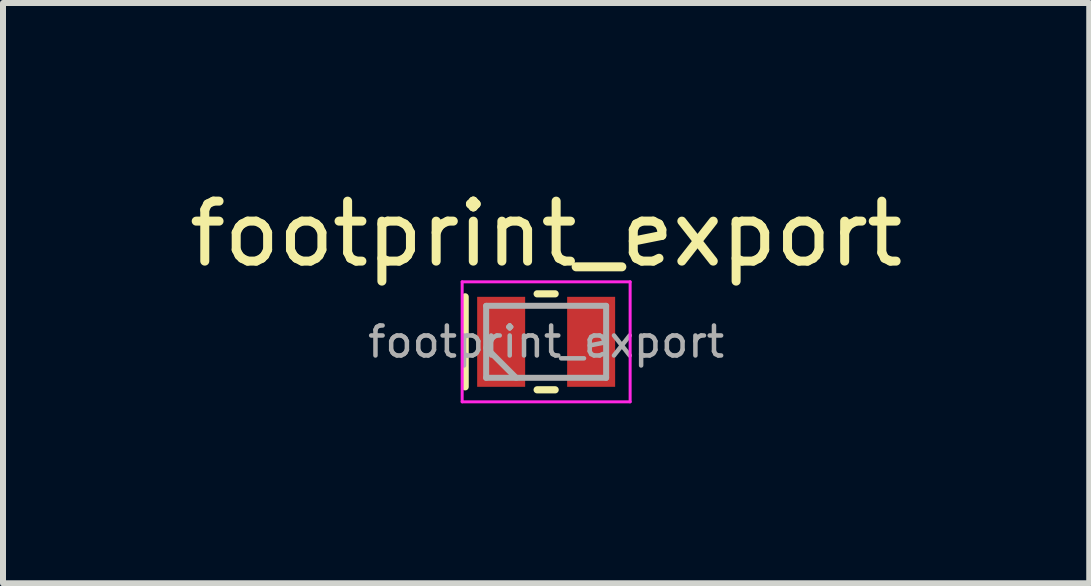
<source format=kicad_pcb>
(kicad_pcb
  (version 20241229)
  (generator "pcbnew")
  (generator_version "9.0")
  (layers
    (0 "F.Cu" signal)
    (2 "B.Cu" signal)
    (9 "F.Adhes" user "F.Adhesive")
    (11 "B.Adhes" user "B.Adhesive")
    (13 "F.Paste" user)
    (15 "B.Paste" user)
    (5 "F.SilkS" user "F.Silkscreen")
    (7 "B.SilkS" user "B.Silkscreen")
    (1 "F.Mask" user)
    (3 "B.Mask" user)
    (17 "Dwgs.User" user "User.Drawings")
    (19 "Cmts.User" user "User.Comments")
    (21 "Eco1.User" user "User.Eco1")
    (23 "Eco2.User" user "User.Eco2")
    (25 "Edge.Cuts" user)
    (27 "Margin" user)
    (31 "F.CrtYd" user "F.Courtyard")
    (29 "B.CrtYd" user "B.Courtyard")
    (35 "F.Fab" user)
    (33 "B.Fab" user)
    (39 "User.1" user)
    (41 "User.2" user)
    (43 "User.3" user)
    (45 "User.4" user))
  (footprint "footprint_export"
    (layer "F.Cu")
    (at 6.054 2.648)
    (property "Reference" "footprint_export" (at 0 -1.8 0) (layer "F.SilkS") (effects (font (size 1 1) (thickness 0.15))))
    (attr smd)
    (fp_line (start -1.35 -0.75) (end -1.35 0.75) (stroke (width 0.12) (type solid)) (layer "F.SilkS"))
    (fp_line (start -0.15 -0.8) (end 0.15 -0.8) (stroke (width 0.12) (type solid)) (layer "F.SilkS"))
    (fp_line (start -0.15 0.8) (end 0.15 0.8) (stroke (width 0.12) (type solid)) (layer "F.SilkS"))
    (fp_line (start -1.4 -1) (end -1.4 1) (stroke (width 0.05) (type solid)) (layer "F.CrtYd"))
    (fp_line (start -1.4 1) (end 1.4 1) (stroke (width 0.05) (type solid)) (layer "F.CrtYd"))
    (fp_line (start 1.4 -1) (end -1.4 -1) (stroke (width 0.05) (type solid)) (layer "F.CrtYd"))
    (fp_line (start 1.4 1) (end 1.4 -1) (stroke (width 0.05) (type solid)) (layer "F.CrtYd"))
    (fp_line (start -1 -0.6) (end -1 0.6) (stroke (width 0.1) (type solid)) (layer "F.Fab"))
    (fp_line (start -1 0.1) (end -0.5 0.6) (stroke (width 0.1) (type solid)) (layer "F.Fab"))
    (fp_line (start -1 0.6) (end 1 0.6) (stroke (width 0.1) (type solid)) (layer "F.Fab"))
    (fp_line (start 1 -0.6) (end -1 -0.6) (stroke (width 0.1) (type solid)) (layer "F.Fab"))
    (fp_line (start 1 0.6) (end 1 -0.6) (stroke (width 0.1) (type solid)) (layer "F.Fab"))
    (fp_text user "${REFERENCE}" (at 0 0 0) (layer "F.Fab") (effects (font (size 0.5 0.5) (thickness 0.075))))
    (pad "1" smd rect (at -0.75 0) (size 0.8 1.5) (layers "F.Cu" "F.Mask" "F.Paste"))
    (pad "2" smd rect (at 0.75 0) (size 0.8 1.5) (layers "F.Cu" "F.Mask" "F.Paste")))
  (gr_rect
    (start -3 -3)
    (end 15.107 6.673)
    (stroke (width 0.1) (type default))
    (fill no)
    (layer "Edge.Cuts")))
</source>
